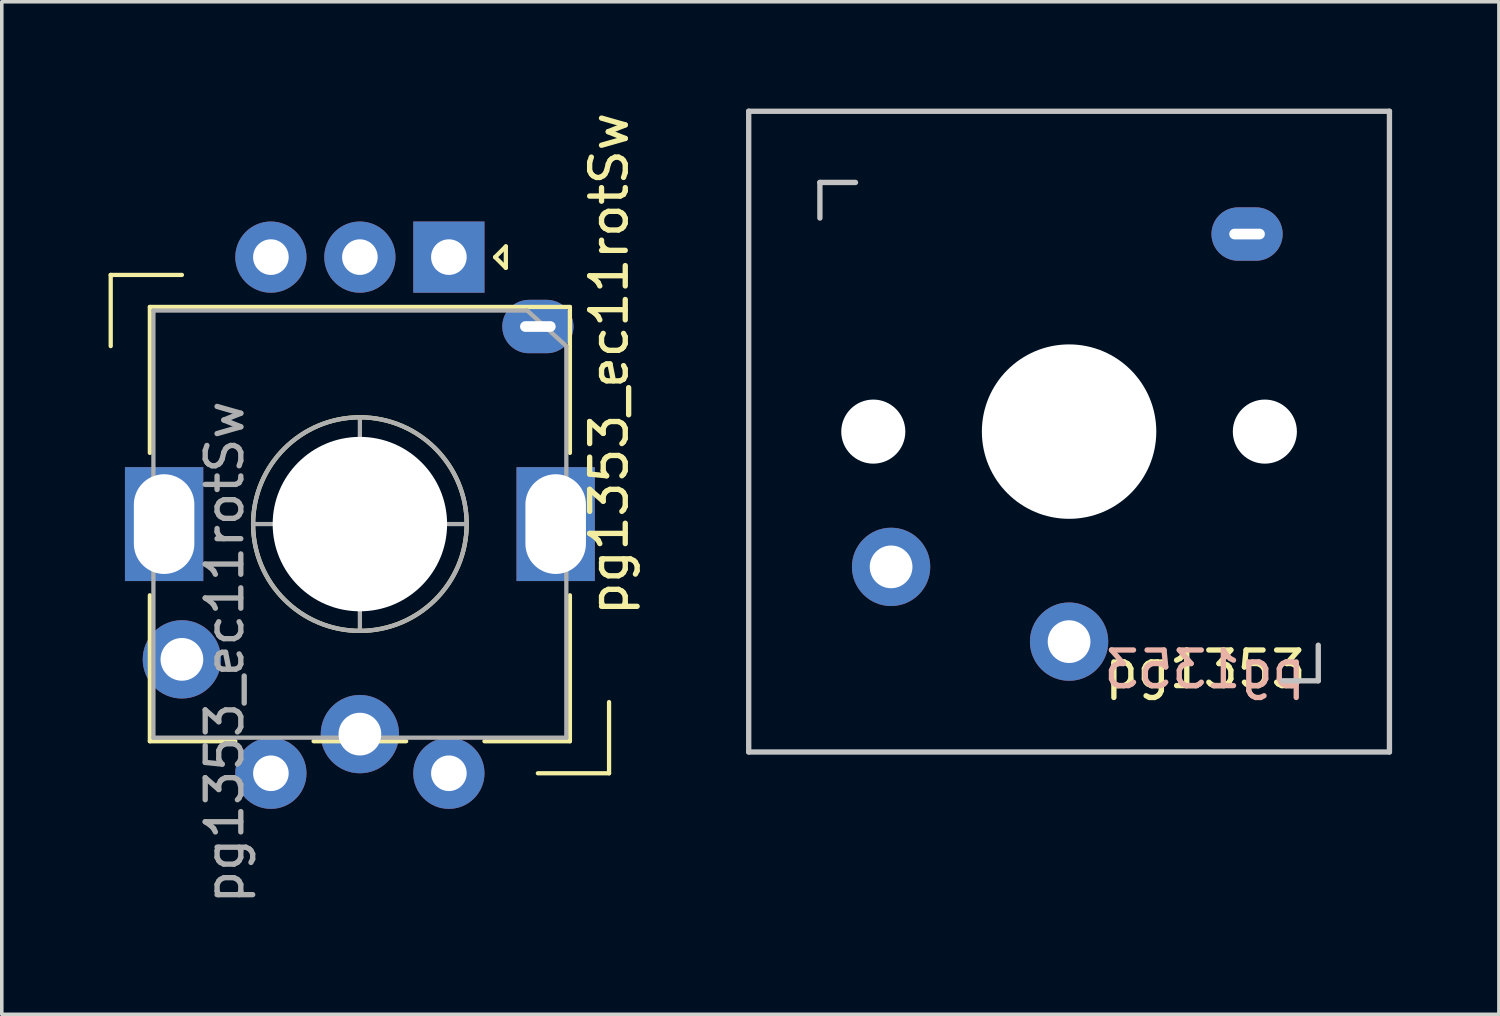
<source format=kicad_pcb>
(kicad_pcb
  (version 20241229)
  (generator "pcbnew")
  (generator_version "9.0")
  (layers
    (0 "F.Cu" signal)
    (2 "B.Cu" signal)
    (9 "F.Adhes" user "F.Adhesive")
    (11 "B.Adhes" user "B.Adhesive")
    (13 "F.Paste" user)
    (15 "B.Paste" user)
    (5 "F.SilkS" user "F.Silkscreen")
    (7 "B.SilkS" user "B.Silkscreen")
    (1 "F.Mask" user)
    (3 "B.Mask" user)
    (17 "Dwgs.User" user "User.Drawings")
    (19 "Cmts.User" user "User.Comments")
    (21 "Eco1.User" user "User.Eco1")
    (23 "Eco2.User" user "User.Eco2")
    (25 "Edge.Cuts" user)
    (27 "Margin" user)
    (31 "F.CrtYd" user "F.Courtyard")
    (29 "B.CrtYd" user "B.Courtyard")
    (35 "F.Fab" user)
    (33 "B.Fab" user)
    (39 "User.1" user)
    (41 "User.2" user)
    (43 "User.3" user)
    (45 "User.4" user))
  (footprint "pg1353"
    (layer "F.Cu")
    (at 26.983 9.075)
    (property "Reference" "pg1353" (at 3.83 6.68 180) (layer "F.SilkS") (effects (font (size 1 1) (thickness 0.15))))
    (attr through_hole)
    (fp_line (start -9 -9) (end 9 -9) (stroke (width 0.15) (type solid)) (layer "Dwgs.User"))
    (fp_line (start -9 9) (end -9 -9) (stroke (width 0.15) (type solid)) (layer "Dwgs.User"))
    (fp_line (start -7 -7) (end -6 -7) (stroke (width 0.15) (type solid)) (layer "Dwgs.User"))
    (fp_line (start -7 -6) (end -7 -7) (stroke (width 0.15) (type solid)) (layer "Dwgs.User"))
    (fp_line (start 6 7) (end 7 7) (stroke (width 0.15) (type solid)) (layer "Dwgs.User"))
    (fp_line (start 7 7) (end 7 6) (stroke (width 0.15) (type solid)) (layer "Dwgs.User"))
    (fp_line (start 9 -9) (end 9 9) (stroke (width 0.15) (type solid)) (layer "Dwgs.User"))
    (fp_line (start 9 9) (end -9 9) (stroke (width 0.15) (type solid)) (layer "Dwgs.User"))
    (fp_text user "${REFERENCE}" (at 3.81 6.68 0) (layer "B.SilkS") (effects (font (size 1 1) (thickness 0.15)) (justify mirror)))
    (pad "" np_thru_hole circle (at -5.5 0 90) (size 1.8 1.8) (drill 1.8) (layers "*.Cu" "*.Mask"))
    (pad "" smd rect (at 0 -4.93) (size 5.5 2.95) (layers "Eco1.User"))
    (pad "" np_thru_hole circle (at 0 0 90) (size 4.9 4.9) (drill 4.9) (layers "*.Cu" "*.Mask"))
    (pad "" thru_hole oval (at 5 -5.55) (size 2 1.5) (drill oval 1 0.3) (layers "*.Cu" "B.Mask"))
    (pad "" np_thru_hole circle (at 5.5 0 90) (size 1.8 1.8) (drill 1.8) (layers "*.Cu" "*.Mask"))
    (pad "1" thru_hole circle (at 0 5.9) (size 2.2 2.2) (drill 1.2) (layers "*.Cu" "B.Mask"))
    (pad "2" thru_hole circle (at -5 3.8) (size 2.2 2.2) (drill 1.2) (layers "*.Cu" "B.Mask")))
  (footprint "pg1353_ec11rotSw"
    (layer "F.Cu")
    (at 7.06 11.673)
    (property "Reference" "pg1353_ec11rotSw" (at 7 -4.5 270) (layer "F.SilkS") (effects (font (size 1 1) (thickness 0.15))))
    (attr through_hole)
    (fp_line (start -7 -7) (end -5 -7) (stroke (width 0.12) (type solid)) (layer "F.SilkS"))
    (fp_line (start -7 -5) (end -7 -7) (stroke (width 0.12) (type solid)) (layer "F.SilkS"))
    (fp_line (start -5.9 -2) (end -5.9 -6.1) (stroke (width 0.12) (type solid)) (layer "F.SilkS"))
    (fp_line (start -5.9 6.1) (end -5.9 2) (stroke (width 0.12) (type solid)) (layer "F.SilkS"))
    (fp_line (start -3.5 6.1) (end -5.9 6.1) (stroke (width 0.12) (type solid)) (layer "F.SilkS"))
    (fp_line (start 0 -0.5) (end 0 0.5) (stroke (width 0.12) (type solid)) (layer "F.SilkS"))
    (fp_line (start 0.5 0) (end -0.5 0) (stroke (width 0.12) (type solid)) (layer "F.SilkS"))
    (fp_line (start 1.3 6.1) (end -1.3 6.1) (stroke (width 0.12) (type solid)) (layer "F.SilkS"))
    (fp_line (start 3.8 -7.5) (end 4.1 -7.8) (stroke (width 0.12) (type solid)) (layer "F.SilkS"))
    (fp_line (start 4.1 -7.8) (end 4.1 -7.2) (stroke (width 0.12) (type solid)) (layer "F.SilkS"))
    (fp_line (start 4.1 -7.2) (end 3.8 -7.5) (stroke (width 0.12) (type solid)) (layer "F.SilkS"))
    (fp_line (start 5.9 -6.1) (end -5.9 -6.1) (stroke (width 0.12) (type solid)) (layer "F.SilkS"))
    (fp_line (start 5.9 -2) (end 5.9 -6.1) (stroke (width 0.12) (type solid)) (layer "F.SilkS"))
    (fp_line (start 5.9 2) (end 5.9 6.1) (stroke (width 0.12) (type solid)) (layer "F.SilkS"))
    (fp_line (start 5.9 6.1) (end 3.5 6.1) (stroke (width 0.12) (type solid)) (layer "F.SilkS"))
    (fp_line (start 7 5) (end 7 7) (stroke (width 0.12) (type solid)) (layer "F.SilkS"))
    (fp_line (start 7 7) (end 5 7) (stroke (width 0.12) (type solid)) (layer "F.SilkS"))
    (fp_circle (center 0 0) (end 0 3) (stroke (width 0.12) (type solid)) (fill no) (layer "F.SilkS"))
    (fp_line (start -5.8 -6) (end 4.7 -6) (stroke (width 0.12) (type solid)) (layer "F.Fab"))
    (fp_line (start -5.8 6) (end -5.8 -6) (stroke (width 0.12) (type solid)) (layer "F.Fab"))
    (fp_line (start 0 -3) (end 0 3) (stroke (width 0.12) (type solid)) (layer "F.Fab"))
    (fp_line (start 3 0) (end -3 0) (stroke (width 0.12) (type solid)) (layer "F.Fab"))
    (fp_line (start 4.7 -6) (end 5.8 -5) (stroke (width 0.12) (type solid)) (layer "F.Fab"))
    (fp_line (start 5.8 -5) (end 5.8 6) (stroke (width 0.12) (type solid)) (layer "F.Fab"))
    (fp_line (start 5.8 6) (end -5.8 6) (stroke (width 0.12) (type solid)) (layer "F.Fab"))
    (fp_circle (center 0 0) (end 0 3) (stroke (width 0.12) (type solid)) (fill no) (layer "F.Fab"))
    (fp_text user "${REFERENCE}" (at -3.8 3.6 270) (layer "F.Fab") (effects (font (size 1 1) (thickness 0.15))))
    (pad "" np_thru_hole circle (at 0 0) (size 4.9 4.9) (drill 4.9) (layers "*.Cu" "*.Mask"))
    (pad "" thru_hole oval (at 5 -5.55) (size 2 1.5) (drill oval 1 0.3) (layers "*.Cu" "B.Mask"))
    (pad "A" thru_hole rect (at 2.5 -7.5 270) (size 2 2) (drill 1) (layers "*.Cu" "B.Mask"))
    (pad "B" thru_hole circle (at -2.5 -7.5 270) (size 2 2) (drill 1) (layers "*.Cu" "B.Mask"))
    (pad "C" thru_hole circle (at 0 -7.5 270) (size 2 2) (drill 1) (layers "*.Cu" "B.Mask"))
    (pad "MP" thru_hole rect (at -5.5 0 270) (size 3.2 2.2) (drill oval 2.8 1.7) (layers "*.Cu" "*.Mask"))
    (pad "MP" thru_hole rect (at 5.5 0 270) (size 3.2 2.2) (drill oval 2.8 1.7) (layers "*.Cu" "*.Mask"))
    (pad "S1" thru_hole circle (at -5 3.8) (size 2.2 2.2) (drill 1.2) (layers "*.Cu" "B.Mask"))
    (pad "S1" thru_hole circle (at -2.5 7 270) (size 2 2) (drill 1) (layers "*.Cu" "B.Mask"))
    (pad "S2" thru_hole circle (at 0 5.9) (size 2.2 2.2) (drill 1.2) (layers "*.Cu" "B.Mask"))
    (pad "S2" thru_hole circle (at 2.5 7 270) (size 2 2) (drill 1) (layers "*.Cu" "B.Mask")))
  (gr_rect
    (start -3 -3)
    (end 39.058 25.445)
    (stroke (width 0.1) (type default))
    (fill no)
    (layer "Edge.Cuts")))
</source>
